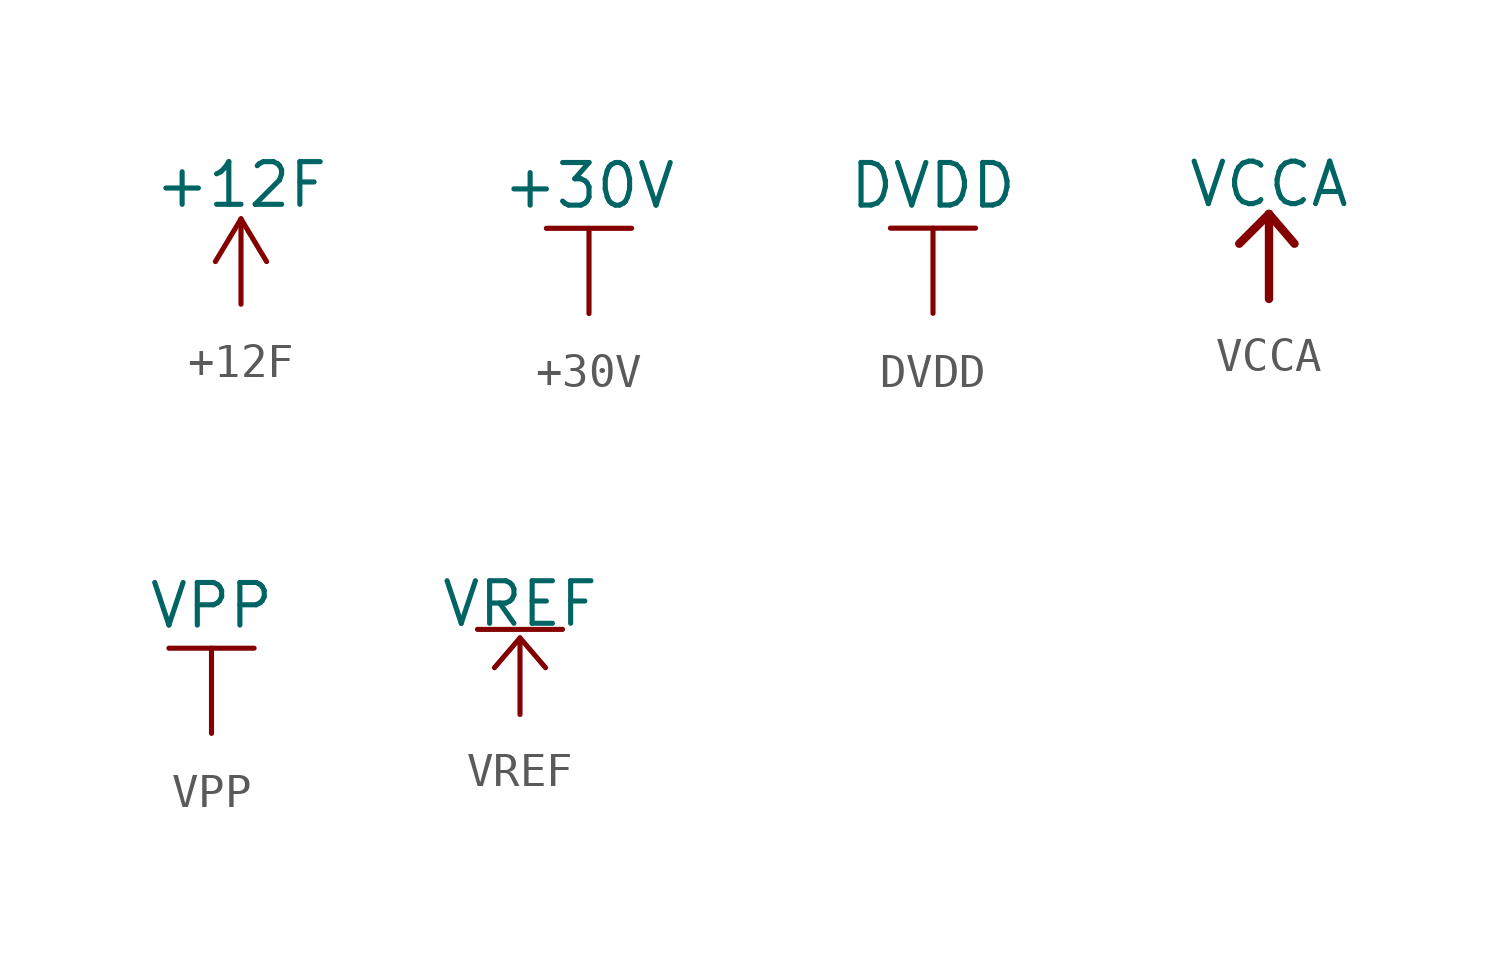
<source format=kicad_sym>
(kicad_symbol_lib
  (version 20220914)
  (generator kicad_symbol_editor)
  (symbol "+12F"
    (power)
    (pin_names
      (offset 0))
    (property "Reference" "#PWR"
      (at 0 -3.81 0)
      (effects (font (size 1.27 1.27)) hide))
    (property "Value" "+12F"
      (at 0 3.556 0)
      (effects (font (size 1.27 1.27))))
    (symbol "+12F_0_1"
      (polyline (pts (xy -0.762 1.27) (xy 0 2.54)) (stroke (width 0) (type default)) (fill (type none)))
      (polyline (pts (xy 0 0) (xy 0 2.54)) (stroke (width 0) (type default)) (fill (type none)))
      (polyline (pts (xy 0 2.54) (xy 0.762 1.27)) (stroke (width 0) (type default)) (fill (type none))))
    (symbol "+12F_1_1"
      (pin power_in line (at 0 0 90) (length 0) hide (name "+12F" (effects (font (size 1.27 1.27)))) (number "1" (effects (font (size 1.27 1.27)))))))
  (symbol "+30V"
    (power)
    (property "Reference" "#PWR"
      (at 3.81 0 0)
      (effects (font (size 1.27 1.27)) hide))
    (property "Value" "+30V"
      (at 0 3.81 0)
      (effects (font (size 1.27 1.27))))
    (symbol "+30V_0_0"
      (pin power_in line (at 0 0 90) (length 0) hide (name "+30V" (effects (font (size 1.27 1.27)))) (number "1" (effects (font (size 1.27 1.27))))))
    (symbol "+30V_0_1"
      (polyline (pts (xy -1.27 2.54) (xy 1.27 2.54)) (stroke (width 0) (type default)) (fill (type none)))
      (polyline (pts (xy 0 0) (xy 0 2.54)) (stroke (width 0) (type default)) (fill (type none)))))
  (symbol "DVDD"
    (power)
    (property "Reference" "#PWR"
      (at 3.81 0 0)
      (effects (font (size 1.27 1.27)) hide))
    (property "Value" "DVDD"
      (at 0 3.81 0)
      (effects (font (size 1.27 1.27))))
    (symbol "DVDD_0_0"
      (pin power_in line (at 0 0 90) (length 0) hide (name "DVDD" (effects (font (size 1.27 1.27)))) (number "1" (effects (font (size 1.27 1.27))))))
    (symbol "DVDD_0_1"
      (polyline (pts (xy -1.27 2.54) (xy 1.27 2.54)) (stroke (width 0) (type default)) (fill (type none)))
      (polyline (pts (xy 0 0) (xy 0 2.54)) (stroke (width 0) (type default)) (fill (type none)))))
  (symbol "VCCA"
    (power)
    (pin_names
      (offset 0))
    (property "Reference" "#PWR"
      (at 0 -3.81 0)
      (effects (font (size 1.27 1.27)) hide))
    (property "Value" "VCCA"
      (at 0 3.429 0)
      (effects (font (size 1.27 1.27))))
    (symbol "VCCA_0_1"
      (polyline (pts (xy -0.889 1.651) (xy 0 2.54)) (stroke (width 0.25) (type default)) (fill (type none)))
      (polyline (pts (xy 0 0) (xy 0 2.54)) (stroke (width 0.25) (type default)) (fill (type none)))
      (polyline (pts (xy 0 2.54) (xy 0.762 1.651)) (stroke (width 0.25) (type default)) (fill (type none))))
    (symbol "VCCA_1_1"
      (pin power_in line (at 0 0 90) (length 0) hide (name "VCCA" (effects (font (size 1.27 1.27)))) (number "1" (effects (font (size 1.27 1.27)))))))
  (symbol "VPP"
    (power)
    (property "Reference" "#PWR"
      (at 3.81 0 0)
      (effects (font (size 1.27 1.27)) hide))
    (property "Value" "VPP"
      (at 0 3.81 0)
      (effects (font (size 1.27 1.27))))
    (symbol "VPP_0_0"
      (pin power_in line (at 0 0 90) (length 0) hide (name "VPP" (effects (font (size 1.27 1.27)))) (number "1" (effects (font (size 1.27 1.27))))))
    (symbol "VPP_0_1"
      (polyline (pts (xy -1.27 2.54) (xy 1.27 2.54)) (stroke (width 0) (type default)) (fill (type none)))
      (polyline (pts (xy 0 0) (xy 0 2.54)) (stroke (width 0) (type default)) (fill (type none)))))
  (symbol "VREF"
    (power)
    (property "Reference" "#PWR"
      (at 3.81 0 0)
      (effects (font (size 1.27 1.27)) hide))
    (property "Value" "VREF"
      (at 0 3.302 0)
      (effects (font (size 1.27 1.27))))
    (symbol "VREF_0_0"
      (pin power_in line (at 0 0 90) (length 0) hide (name "VREF" (effects (font (size 1.27 1.27)))) (number "1" (effects (font (size 1.27 1.27))))))
    (symbol "VREF_0_1"
      (polyline (pts (xy -1.27 2.54) (xy 1.27 2.54)) (stroke (width 0) (type default)) (fill (type none)))
      (polyline (pts (xy 0 0) (xy 0 2.286)) (stroke (width 0) (type default)) (fill (type none)))
      (polyline (pts (xy -0.762 1.397) (xy 0 2.286) (xy 0.762 1.397)) (stroke (width 0) (type default)) (fill (type none))))))
</source>
